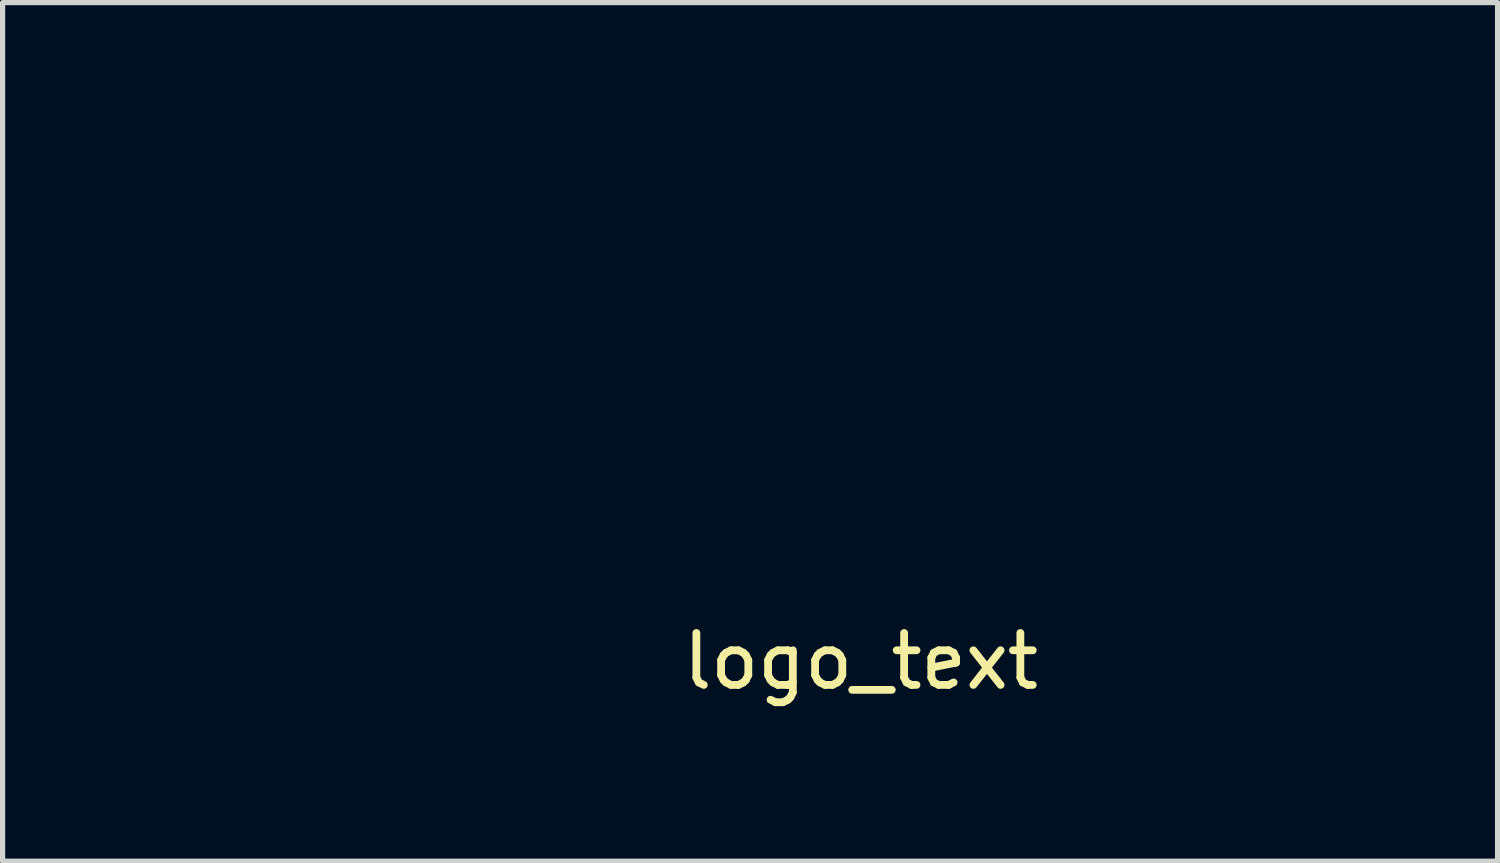
<source format=kicad_pcb>
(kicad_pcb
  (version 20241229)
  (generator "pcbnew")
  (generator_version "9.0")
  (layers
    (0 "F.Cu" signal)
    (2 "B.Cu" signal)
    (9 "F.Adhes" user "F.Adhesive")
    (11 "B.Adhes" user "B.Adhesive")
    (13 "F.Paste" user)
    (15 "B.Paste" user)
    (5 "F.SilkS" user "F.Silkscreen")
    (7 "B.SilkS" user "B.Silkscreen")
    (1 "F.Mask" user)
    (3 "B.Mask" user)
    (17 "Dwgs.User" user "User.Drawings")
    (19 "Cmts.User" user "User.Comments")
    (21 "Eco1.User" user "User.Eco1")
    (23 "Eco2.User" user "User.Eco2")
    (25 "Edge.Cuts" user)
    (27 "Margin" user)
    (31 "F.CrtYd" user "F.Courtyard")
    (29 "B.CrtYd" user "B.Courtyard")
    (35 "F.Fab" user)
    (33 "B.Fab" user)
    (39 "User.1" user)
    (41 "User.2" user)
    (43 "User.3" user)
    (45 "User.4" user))
  (footprint "logo_text"
    (layer "F.Cu")
    (at 13.524 10.182)
    (property "Reference" "logo_text" (at 0 -0.5 0) (unlocked yes) (layer "F.SilkS") (effects (font (size 1 1) (thickness 0.15))))
    (attr smd)
    (fp_poly (pts (xy 1.851 -5.953) (xy 1.927 -5.904) (xy 1.936 -5.895) (xy 1.973 -5.851) (xy 1.99 -5.809) (xy 1.993 -5.763) (xy 1.978 -5.674) (xy 1.937 -5.606) (xy 1.872 -5.562) (xy 1.785 -5.543) (xy 1.764 -5.542) (xy 1.712 -5.545) (xy 1.674 -5.558) (xy 1.635 -5.587) (xy 1.611 -5.611) (xy 1.572 -5.652) (xy 1.552 -5.684) (xy 1.547 -5.72) (xy 1.551 -5.769) (xy 1.561 -5.831) (xy 1.582 -5.873) (xy 1.612 -5.905) (xy 1.689 -5.954) (xy 1.771 -5.97)) (stroke (width 0) (type solid)) (fill yes) (layer "F.Mask"))
    (fp_poly (pts (xy 1.924 -4.478) (xy 1.924 -4.281) (xy 1.924 -4.116) (xy 1.923 -3.979) (xy 1.921 -3.868) (xy 1.918 -3.779) (xy 1.913 -3.71) (xy 1.907 -3.658) (xy 1.898 -3.62) (xy 1.886 -3.592) (xy 1.872 -3.573) (xy 1.855 -3.559) (xy 1.833 -3.546) (xy 1.821 -3.54) (xy 1.771 -3.521) (xy 1.709 -3.506) (xy 1.693 -3.503) (xy 1.615 -3.492) (xy 1.616 -4.29) (xy 1.617 -4.499) (xy 1.618 -4.676) (xy 1.62 -4.822) (xy 1.622 -4.939) (xy 1.626 -5.029) (xy 1.63 -5.093) (xy 1.634 -5.133) (xy 1.638 -5.146) (xy 1.677 -5.208) (xy 1.744 -5.252) (xy 1.839 -5.277) (xy 1.844 -5.278) (xy 1.924 -5.289)) (stroke (width 0) (type solid)) (fill yes) (layer "F.Mask"))
    (fp_poly (pts (xy -3.833 -5.182) (xy -3.836 -5.11) (xy -3.849 -5.062) (xy -3.867 -5.031) (xy -3.891 -4.996) (xy -3.901 -4.971) (xy -3.901 -4.97) (xy -3.892 -4.973) (xy -3.868 -4.998) (xy -3.842 -5.031) (xy -3.765 -5.115) (xy -3.676 -5.182) (xy -3.581 -5.232) (xy -3.484 -5.265) (xy -3.388 -5.281) (xy -3.299 -5.278) (xy -3.222 -5.257) (xy -3.159 -5.217) (xy -3.117 -5.159) (xy -3.099 -5.092) (xy -3.098 -5.028) (xy -3.11 -4.993) (xy -3.141 -4.982) (xy -3.19 -4.991) (xy -3.289 -5.008) (xy -3.398 -5.009) (xy -3.502 -4.995) (xy -3.584 -4.969) (xy -3.664 -4.919) (xy -3.736 -4.852) (xy -3.791 -4.778) (xy -3.803 -4.754) (xy -3.81 -4.721) (xy -3.816 -4.653) (xy -3.82 -4.553) (xy -3.824 -4.421) (xy -3.827 -4.258) (xy -3.828 -4.185) (xy -3.83 -4.046) (xy -3.833 -3.919) (xy -3.837 -3.809) (xy -3.841 -3.72) (xy -3.845 -3.655) (xy -3.85 -3.62) (xy -3.851 -3.616) (xy -3.89 -3.564) (xy -3.958 -3.526) (xy -4.043 -3.505) (xy -4.125 -3.493) (xy -4.125 -4.296) (xy -4.125 -4.493) (xy -4.124 -4.658) (xy -4.123 -4.794) (xy -4.121 -4.906) (xy -4.118 -4.994) (xy -4.113 -5.063) (xy -4.106 -5.116) (xy -4.097 -5.155) (xy -4.086 -5.183) (xy -4.071 -5.203) (xy -4.054 -5.219) (xy -4.033 -5.232) (xy -4.024 -5.237) (xy -3.974 -5.259) (xy -3.914 -5.276) (xy -3.904 -5.277) (xy -3.833 -5.289)) (stroke (width 0) (type solid)) (fill yes) (layer "F.Mask"))
    (fp_poly (pts (xy -2.527 -5.182) (xy -2.53 -5.11) (xy -2.543 -5.062) (xy -2.561 -5.031) (xy -2.585 -4.996) (xy -2.595 -4.971) (xy -2.595 -4.97) (xy -2.586 -4.973) (xy -2.562 -4.998) (xy -2.536 -5.031) (xy -2.458 -5.115) (xy -2.37 -5.182) (xy -2.275 -5.232) (xy -2.177 -5.265) (xy -2.082 -5.281) (xy -1.993 -5.278) (xy -1.916 -5.257) (xy -1.853 -5.217) (xy -1.811 -5.159) (xy -1.793 -5.092) (xy -1.792 -5.028) (xy -1.804 -4.993) (xy -1.835 -4.982) (xy -1.884 -4.991) (xy -1.983 -5.008) (xy -2.092 -5.009) (xy -2.196 -4.995) (xy -2.277 -4.969) (xy -2.358 -4.919) (xy -2.43 -4.852) (xy -2.485 -4.778) (xy -2.497 -4.754) (xy -2.504 -4.721) (xy -2.509 -4.653) (xy -2.514 -4.553) (xy -2.518 -4.421) (xy -2.521 -4.258) (xy -2.522 -4.185) (xy -2.524 -4.046) (xy -2.527 -3.919) (xy -2.531 -3.809) (xy -2.535 -3.72) (xy -2.539 -3.655) (xy -2.544 -3.62) (xy -2.545 -3.616) (xy -2.584 -3.564) (xy -2.652 -3.526) (xy -2.737 -3.505) (xy -2.819 -3.493) (xy -2.819 -4.296) (xy -2.819 -4.493) (xy -2.818 -4.658) (xy -2.817 -4.794) (xy -2.815 -4.906) (xy -2.812 -4.994) (xy -2.807 -5.063) (xy -2.8 -5.116) (xy -2.791 -5.155) (xy -2.78 -5.183) (xy -2.765 -5.203) (xy -2.748 -5.219) (xy -2.727 -5.232) (xy -2.718 -5.237) (xy -2.668 -5.259) (xy -2.608 -5.276) (xy -2.598 -5.277) (xy -2.527 -5.289)) (stroke (width 0) (type solid)) (fill yes) (layer "F.Mask"))
    (fp_poly (pts (xy 1.701 -3.257) (xy 1.697 -3.186) (xy 1.685 -3.137) (xy 1.667 -3.107) (xy 1.643 -3.071) (xy 1.632 -3.046) (xy 1.632 -3.046) (xy 1.642 -3.048) (xy 1.665 -3.073) (xy 1.692 -3.106) (xy 1.769 -3.19) (xy 1.858 -3.257) (xy 1.953 -3.308) (xy 2.05 -3.341) (xy 2.145 -3.356) (xy 2.234 -3.353) (xy 2.312 -3.332) (xy 2.374 -3.293) (xy 2.417 -3.234) (xy 2.434 -3.167) (xy 2.436 -3.104) (xy 2.423 -3.068) (xy 2.393 -3.057) (xy 2.344 -3.066) (xy 2.244 -3.083) (xy 2.136 -3.084) (xy 2.032 -3.07) (xy 1.95 -3.044) (xy 1.87 -2.995) (xy 1.797 -2.927) (xy 1.743 -2.854) (xy 1.731 -2.829) (xy 1.724 -2.796) (xy 1.718 -2.729) (xy 1.713 -2.629) (xy 1.709 -2.496) (xy 1.706 -2.333) (xy 1.705 -2.26) (xy 1.703 -2.121) (xy 1.701 -1.994) (xy 1.697 -1.884) (xy 1.693 -1.795) (xy 1.688 -1.73) (xy 1.684 -1.695) (xy 1.683 -1.692) (xy 1.644 -1.64) (xy 1.576 -1.602) (xy 1.491 -1.581) (xy 1.409 -1.568) (xy 1.409 -2.371) (xy 1.409 -2.568) (xy 1.409 -2.733) (xy 1.41 -2.87) (xy 1.412 -2.981) (xy 1.416 -3.069) (xy 1.421 -3.139) (xy 1.427 -3.191) (xy 1.436 -3.23) (xy 1.448 -3.258) (xy 1.462 -3.278) (xy 1.48 -3.294) (xy 1.501 -3.307) (xy 1.51 -3.313) (xy 1.559 -3.334) (xy 1.619 -3.351) (xy 1.63 -3.353) (xy 1.701 -3.364)) (stroke (width 0) (type solid)) (fill yes) (layer "F.Mask"))
    (fp_poly (pts (xy 8.524 -3.292) (xy 8.52 -3.22) (xy 8.508 -3.171) (xy 8.489 -3.141) (xy 8.465 -3.106) (xy 8.455 -3.08) (xy 8.455 -3.08) (xy 8.464 -3.083) (xy 8.488 -3.108) (xy 8.514 -3.141) (xy 8.592 -3.224) (xy 8.68 -3.292) (xy 8.775 -3.342) (xy 8.873 -3.375) (xy 8.968 -3.39) (xy 9.057 -3.388) (xy 9.135 -3.367) (xy 9.197 -3.327) (xy 9.239 -3.268) (xy 9.257 -3.202) (xy 9.259 -3.138) (xy 9.246 -3.103) (xy 9.215 -3.092) (xy 9.166 -3.1) (xy 9.067 -3.117) (xy 8.958 -3.119) (xy 8.855 -3.105) (xy 8.773 -3.079) (xy 8.693 -3.029) (xy 8.62 -2.962) (xy 8.565 -2.888) (xy 8.553 -2.864) (xy 8.547 -2.83) (xy 8.541 -2.763) (xy 8.536 -2.663) (xy 8.532 -2.531) (xy 8.529 -2.367) (xy 8.528 -2.294) (xy 8.526 -2.155) (xy 8.523 -2.029) (xy 8.52 -1.919) (xy 8.515 -1.829) (xy 8.511 -1.765) (xy 8.506 -1.729) (xy 8.505 -1.726) (xy 8.467 -1.674) (xy 8.398 -1.636) (xy 8.313 -1.615) (xy 8.232 -1.603) (xy 8.232 -2.406) (xy 8.232 -2.602) (xy 8.232 -2.767) (xy 8.233 -2.904) (xy 8.235 -3.015) (xy 8.238 -3.104) (xy 8.243 -3.173) (xy 8.25 -3.225) (xy 8.259 -3.264) (xy 8.271 -3.292) (xy 8.285 -3.313) (xy 8.303 -3.328) (xy 8.324 -3.342) (xy 8.332 -3.347) (xy 8.382 -3.369) (xy 8.442 -3.385) (xy 8.452 -3.387) (xy 8.524 -3.398)) (stroke (width 0) (type solid)) (fill yes) (layer "F.Mask"))
    (fp_poly (pts (xy 7.329 -3.361) (xy 7.463 -3.313) (xy 7.587 -3.239) (xy 7.686 -3.147) (xy 7.759 -3.035) (xy 7.807 -2.9) (xy 7.832 -2.742) (xy 7.836 -2.637) (xy 7.835 -2.565) (xy 7.829 -2.518) (xy 7.817 -2.485) (xy 7.796 -2.456) (xy 7.795 -2.454) (xy 7.753 -2.406) (xy 6.685 -2.396) (xy 6.685 -2.298) (xy 6.697 -2.167) (xy 6.732 -2.06) (xy 6.792 -1.976) (xy 6.878 -1.912) (xy 6.879 -1.912) (xy 6.919 -1.893) (xy 6.962 -1.882) (xy 7.016 -1.875) (xy 7.092 -1.873) (xy 7.123 -1.873) (xy 7.206 -1.874) (xy 7.264 -1.878) (xy 7.308 -1.887) (xy 7.346 -1.903) (xy 7.372 -1.916) (xy 7.454 -1.98) (xy 7.512 -2.061) (xy 7.538 -2.142) (xy 7.549 -2.186) (xy 7.567 -2.205) (xy 7.588 -2.208) (xy 7.666 -2.193) (xy 7.736 -2.152) (xy 7.75 -2.14) (xy 7.779 -2.089) (xy 7.787 -2.021) (xy 7.774 -1.947) (xy 7.74 -1.877) (xy 7.736 -1.871) (xy 7.655 -1.787) (xy 7.549 -1.717) (xy 7.423 -1.663) (xy 7.285 -1.627) (xy 7.14 -1.611) (xy 6.996 -1.617) (xy 6.915 -1.631) (xy 6.771 -1.68) (xy 6.643 -1.754) (xy 6.537 -1.851) (xy 6.457 -1.967) (xy 6.449 -1.983) (xy 6.401 -2.079) (xy 6.401 -2.638) (xy 6.68 -2.638) (xy 7.544 -2.638) (xy 7.544 -2.742) (xy 7.53 -2.862) (xy 7.488 -2.963) (xy 7.42 -3.043) (xy 7.329 -3.099) (xy 7.216 -3.13) (xy 7.132 -3.136) (xy 6.996 -3.124) (xy 6.885 -3.088) (xy 6.799 -3.028) (xy 6.737 -2.943) (xy 6.699 -2.835) (xy 6.689 -2.756) (xy 6.68 -2.638) (xy 6.401 -2.638) (xy 6.401 -2.904) (xy 6.449 -3.001) (xy 6.526 -3.122) (xy 6.628 -3.222) (xy 6.749 -3.3) (xy 6.884 -3.355) (xy 7.028 -3.384) (xy 7.178 -3.387)) (stroke (width 0) (type solid)) (fill yes) (layer "F.Mask"))
    (fp_poly (pts (xy -5.027 -5.252) (xy -4.894 -5.203) (xy -4.769 -5.13) (xy -4.67 -5.037) (xy -4.597 -4.925) (xy -4.549 -4.791) (xy -4.524 -4.633) (xy -4.52 -4.527) (xy -4.521 -4.456) (xy -4.527 -4.409) (xy -4.539 -4.375) (xy -4.56 -4.346) (xy -4.561 -4.344) (xy -4.603 -4.296) (xy -5.137 -4.291) (xy -5.671 -4.286) (xy -5.671 -4.188) (xy -5.66 -4.057) (xy -5.624 -3.95) (xy -5.564 -3.866) (xy -5.479 -3.803) (xy -5.477 -3.802) (xy -5.437 -3.783) (xy -5.395 -3.772) (xy -5.34 -3.766) (xy -5.264 -3.764) (xy -5.233 -3.764) (xy -5.15 -3.765) (xy -5.092 -3.769) (xy -5.048 -3.778) (xy -5.01 -3.793) (xy -4.985 -3.806) (xy -4.902 -3.87) (xy -4.845 -3.951) (xy -4.818 -4.033) (xy -4.808 -4.077) (xy -4.79 -4.096) (xy -4.768 -4.099) (xy -4.69 -4.083) (xy -4.62 -4.043) (xy -4.607 -4.031) (xy -4.577 -3.979) (xy -4.57 -3.911) (xy -4.583 -3.837) (xy -4.616 -3.768) (xy -4.62 -3.762) (xy -4.701 -3.678) (xy -4.807 -3.607) (xy -4.933 -3.554) (xy -5.071 -3.518) (xy -5.216 -3.502) (xy -5.36 -3.508) (xy -5.441 -3.522) (xy -5.586 -3.57) (xy -5.713 -3.645) (xy -5.819 -3.741) (xy -5.899 -3.857) (xy -5.908 -3.873) (xy -5.955 -3.97) (xy -5.955 -4.528) (xy -5.676 -4.528) (xy -4.812 -4.528) (xy -4.812 -4.632) (xy -4.827 -4.752) (xy -4.869 -4.853) (xy -4.936 -4.933) (xy -5.027 -4.989) (xy -5.14 -5.02) (xy -5.225 -5.026) (xy -5.36 -5.015) (xy -5.471 -4.978) (xy -5.557 -4.918) (xy -5.619 -4.834) (xy -5.657 -4.725) (xy -5.668 -4.646) (xy -5.676 -4.528) (xy -5.955 -4.528) (xy -5.955 -4.795) (xy -5.908 -4.891) (xy -5.83 -5.012) (xy -5.728 -5.113) (xy -5.608 -5.191) (xy -5.473 -5.245) (xy -5.328 -5.274) (xy -5.178 -5.277)) (stroke (width 0) (type solid)) (fill yes) (layer "F.Mask"))
    (fp_poly (pts (xy -1.581 -3.252) (xy -1.584 -3.181) (xy -1.596 -3.132) (xy -1.616 -3.097) (xy -1.643 -3.06) (xy -1.648 -3.047) (xy -1.631 -3.058) (xy -1.592 -3.094) (xy -1.56 -3.125) (xy -1.442 -3.222) (xy -1.308 -3.294) (xy -1.164 -3.34) (xy -1.019 -3.357) (xy -0.954 -3.354) (xy -0.832 -3.335) (xy -0.733 -3.3) (xy -0.646 -3.245) (xy -0.583 -3.189) (xy -0.544 -3.149) (xy -0.511 -3.112) (xy -0.485 -3.075) (xy -0.465 -3.034) (xy -0.449 -2.985) (xy -0.438 -2.925) (xy -0.43 -2.848) (xy -0.424 -2.753) (xy -0.421 -2.634) (xy -0.418 -2.488) (xy -0.417 -2.334) (xy -0.415 -2.173) (xy -0.415 -2.043) (xy -0.415 -1.94) (xy -0.416 -1.86) (xy -0.418 -1.8) (xy -0.422 -1.757) (xy -0.427 -1.726) (xy -0.433 -1.704) (xy -0.438 -1.694) (xy -0.487 -1.635) (xy -0.566 -1.596) (xy -0.644 -1.578) (xy -0.722 -1.568) (xy -0.722 -2.202) (xy -0.723 -2.368) (xy -0.723 -2.503) (xy -0.724 -2.611) (xy -0.726 -2.696) (xy -0.728 -2.761) (xy -0.732 -2.81) (xy -0.737 -2.846) (xy -0.743 -2.873) (xy -0.75 -2.894) (xy -0.754 -2.904) (xy -0.807 -2.986) (xy -0.879 -3.042) (xy -0.972 -3.075) (xy -1.088 -3.085) (xy -1.213 -3.074) (xy -1.319 -3.039) (xy -1.414 -2.976) (xy -1.454 -2.94) (xy -1.487 -2.906) (xy -1.515 -2.872) (xy -1.536 -2.835) (xy -1.552 -2.791) (xy -1.564 -2.736) (xy -1.572 -2.666) (xy -1.577 -2.576) (xy -1.58 -2.463) (xy -1.581 -2.323) (xy -1.581 -2.2) (xy -1.582 -2.04) (xy -1.584 -1.908) (xy -1.588 -1.805) (xy -1.592 -1.732) (xy -1.598 -1.692) (xy -1.6 -1.688) (xy -1.642 -1.637) (xy -1.713 -1.599) (xy -1.792 -1.581) (xy -1.873 -1.568) (xy -1.873 -2.371) (xy -1.873 -2.568) (xy -1.873 -2.733) (xy -1.872 -2.87) (xy -1.87 -2.981) (xy -1.867 -3.069) (xy -1.862 -3.139) (xy -1.855 -3.191) (xy -1.846 -3.23) (xy -1.834 -3.258) (xy -1.82 -3.278) (xy -1.802 -3.294) (xy -1.781 -3.307) (xy -1.773 -3.313) (xy -1.723 -3.334) (xy -1.663 -3.351) (xy -1.653 -3.353) (xy -1.581 -3.364)) (stroke (width 0) (type solid)) (fill yes) (layer "F.Mask"))
    (fp_poly (pts (xy -2.805 -3.334) (xy -2.651 -3.282) (xy -2.518 -3.207) (xy -2.408 -3.108) (xy -2.328 -2.995) (xy -2.277 -2.904) (xy -2.272 -2.5) (xy -2.271 -2.336) (xy -2.272 -2.206) (xy -2.276 -2.108) (xy -2.282 -2.045) (xy -2.286 -2.028) (xy -2.335 -1.915) (xy -2.413 -1.812) (xy -2.516 -1.722) (xy -2.637 -1.651) (xy -2.707 -1.623) (xy -2.788 -1.602) (xy -2.889 -1.587) (xy -2.997 -1.579) (xy -3.098 -1.579) (xy -3.18 -1.587) (xy -3.188 -1.589) (xy -3.342 -1.636) (xy -3.475 -1.705) (xy -3.585 -1.794) (xy -3.669 -1.9) (xy -3.721 -2.012) (xy -3.73 -2.047) (xy -3.737 -2.087) (xy -3.742 -2.137) (xy -3.744 -2.204) (xy -3.745 -2.291) (xy -3.745 -2.404) (xy -3.744 -2.456) (xy -3.454 -2.456) (xy -3.454 -2.338) (xy -3.453 -2.249) (xy -3.451 -2.183) (xy -3.447 -2.135) (xy -3.441 -2.1) (xy -3.432 -2.071) (xy -3.42 -2.045) (xy -3.415 -2.035) (xy -3.355 -1.958) (xy -3.272 -1.898) (xy -3.171 -1.858) (xy -3.059 -1.838) (xy -2.941 -1.84) (xy -2.824 -1.864) (xy -2.753 -1.893) (xy -2.664 -1.952) (xy -2.616 -2.007) (xy -2.6 -2.031) (xy -2.588 -2.055) (xy -2.58 -2.082) (xy -2.574 -2.119) (xy -2.57 -2.17) (xy -2.567 -2.242) (xy -2.565 -2.338) (xy -2.564 -2.422) (xy -2.562 -2.558) (xy -2.563 -2.665) (xy -2.568 -2.748) (xy -2.576 -2.811) (xy -2.59 -2.861) (xy -2.61 -2.902) (xy -2.636 -2.94) (xy -2.658 -2.964) (xy -2.731 -3.028) (xy -2.82 -3.069) (xy -2.93 -3.089) (xy -3.016 -3.092) (xy -3.123 -3.085) (xy -3.207 -3.065) (xy -3.279 -3.029) (xy -3.332 -2.989) (xy -3.37 -2.954) (xy -3.4 -2.918) (xy -3.421 -2.876) (xy -3.436 -2.823) (xy -3.446 -2.754) (xy -3.451 -2.663) (xy -3.454 -2.547) (xy -3.454 -2.456) (xy -3.744 -2.456) (xy -3.744 -2.494) (xy -3.742 -2.62) (xy -3.74 -2.717) (xy -3.737 -2.79) (xy -3.733 -2.844) (xy -3.727 -2.885) (xy -3.719 -2.917) (xy -3.708 -2.946) (xy -3.694 -2.977) (xy -3.69 -2.984) (xy -3.616 -3.097) (xy -3.517 -3.192) (xy -3.396 -3.268) (xy -3.26 -3.321) (xy -3.112 -3.351) (xy -2.958 -3.356)) (stroke (width 0) (type solid)) (fill yes) (layer "F.Mask"))
    (fp_poly (pts (xy 3.433 -3.334) (xy 3.587 -3.282) (xy 3.72 -3.207) (xy 3.83 -3.108) (xy 3.911 -2.995) (xy 3.961 -2.904) (xy 3.967 -2.5) (xy 3.968 -2.336) (xy 3.966 -2.206) (xy 3.963 -2.108) (xy 3.956 -2.045) (xy 3.952 -2.028) (xy 3.903 -1.915) (xy 3.825 -1.812) (xy 3.723 -1.722) (xy 3.601 -1.651) (xy 3.531 -1.623) (xy 3.45 -1.602) (xy 3.349 -1.587) (xy 3.242 -1.579) (xy 3.141 -1.579) (xy 3.058 -1.587) (xy 3.05 -1.589) (xy 2.897 -1.636) (xy 2.763 -1.705) (xy 2.654 -1.794) (xy 2.57 -1.9) (xy 2.518 -2.012) (xy 2.508 -2.047) (xy 2.501 -2.087) (xy 2.497 -2.137) (xy 2.494 -2.204) (xy 2.493 -2.291) (xy 2.494 -2.404) (xy 2.494 -2.456) (xy 2.784 -2.456) (xy 2.784 -2.338) (xy 2.785 -2.249) (xy 2.787 -2.183) (xy 2.791 -2.135) (xy 2.797 -2.1) (xy 2.806 -2.071) (xy 2.819 -2.045) (xy 2.824 -2.035) (xy 2.883 -1.958) (xy 2.966 -1.898) (xy 3.067 -1.858) (xy 3.18 -1.838) (xy 3.298 -1.84) (xy 3.414 -1.864) (xy 3.485 -1.893) (xy 3.575 -1.952) (xy 3.622 -2.007) (xy 3.638 -2.031) (xy 3.65 -2.055) (xy 3.658 -2.082) (xy 3.664 -2.119) (xy 3.668 -2.17) (xy 3.671 -2.242) (xy 3.673 -2.338) (xy 3.674 -2.422) (xy 3.676 -2.558) (xy 3.675 -2.665) (xy 3.671 -2.748) (xy 3.662 -2.811) (xy 3.648 -2.861) (xy 3.629 -2.902) (xy 3.602 -2.94) (xy 3.581 -2.964) (xy 3.507 -3.028) (xy 3.418 -3.069) (xy 3.309 -3.089) (xy 3.222 -3.092) (xy 3.116 -3.085) (xy 3.032 -3.065) (xy 2.959 -3.029) (xy 2.906 -2.989) (xy 2.868 -2.954) (xy 2.839 -2.918) (xy 2.817 -2.876) (xy 2.802 -2.823) (xy 2.792 -2.754) (xy 2.787 -2.663) (xy 2.785 -2.547) (xy 2.784 -2.456) (xy 2.494 -2.456) (xy 2.495 -2.494) (xy 2.497 -2.62) (xy 2.499 -2.717) (xy 2.501 -2.79) (xy 2.505 -2.844) (xy 2.511 -2.885) (xy 2.519 -2.917) (xy 2.53 -2.946) (xy 2.544 -2.977) (xy 2.548 -2.984) (xy 2.622 -3.097) (xy 2.721 -3.192) (xy 2.842 -3.268) (xy 2.978 -3.321) (xy 3.126 -3.351) (xy 3.28 -3.356)) (stroke (width 0) (type solid)) (fill yes) (layer "F.Mask"))
    (fp_poly (pts (xy 3.901 -4.492) (xy 3.901 -4.304) (xy 3.9 -4.147) (xy 3.9 -4.019) (xy 3.898 -3.915) (xy 3.897 -3.834) (xy 3.894 -3.771) (xy 3.891 -3.724) (xy 3.887 -3.69) (xy 3.882 -3.664) (xy 3.875 -3.646) (xy 3.871 -3.636) (xy 3.818 -3.565) (xy 3.746 -3.52) (xy 3.682 -3.504) (xy 3.609 -3.493) (xy 3.609 -3.614) (xy 3.611 -3.676) (xy 3.617 -3.723) (xy 3.625 -3.746) (xy 3.626 -3.746) (xy 3.647 -3.769) (xy 3.662 -3.793) (xy 3.661 -3.799) (xy 3.64 -3.784) (xy 3.604 -3.75) (xy 3.589 -3.735) (xy 3.463 -3.627) (xy 3.326 -3.552) (xy 3.181 -3.509) (xy 3.027 -3.5) (xy 2.91 -3.515) (xy 2.786 -3.556) (xy 2.673 -3.626) (xy 2.577 -3.718) (xy 2.506 -3.827) (xy 2.475 -3.904) (xy 2.465 -3.938) (xy 2.457 -3.973) (xy 2.451 -4.012) (xy 2.447 -4.061) (xy 2.444 -4.123) (xy 2.442 -4.204) (xy 2.441 -4.306) (xy 2.44 -4.435) (xy 2.44 -4.569) (xy 2.441 -4.737) (xy 2.442 -4.874) (xy 2.444 -4.982) (xy 2.448 -5.062) (xy 2.452 -5.118) (xy 2.458 -5.153) (xy 2.462 -5.163) (xy 2.505 -5.214) (xy 2.575 -5.253) (xy 2.662 -5.277) (xy 2.669 -5.278) (xy 2.749 -5.289) (xy 2.749 -4.656) (xy 2.749 -4.492) (xy 2.75 -4.358) (xy 2.751 -4.251) (xy 2.752 -4.167) (xy 2.754 -4.104) (xy 2.758 -4.056) (xy 2.762 -4.02) (xy 2.768 -3.993) (xy 2.776 -3.971) (xy 2.785 -3.95) (xy 2.786 -3.948) (xy 2.835 -3.877) (xy 2.892 -3.827) (xy 2.928 -3.805) (xy 2.962 -3.791) (xy 3.005 -3.784) (xy 3.065 -3.781) (xy 3.126 -3.781) (xy 3.234 -3.785) (xy 3.318 -3.801) (xy 3.388 -3.831) (xy 3.453 -3.88) (xy 3.487 -3.913) (xy 3.516 -3.942) (xy 3.538 -3.97) (xy 3.556 -4.001) (xy 3.569 -4.039) (xy 3.579 -4.088) (xy 3.585 -4.152) (xy 3.589 -4.235) (xy 3.591 -4.341) (xy 3.592 -4.475) (xy 3.592 -4.584) (xy 3.593 -4.759) (xy 3.596 -4.901) (xy 3.6 -5.01) (xy 3.605 -5.089) (xy 3.611 -5.136) (xy 3.614 -5.146) (xy 3.653 -5.208) (xy 3.721 -5.252) (xy 3.815 -5.277) (xy 3.821 -5.278) (xy 3.901 -5.289)) (stroke (width 0) (type solid)) (fill yes) (layer "F.Mask"))
    (fp_poly (pts (xy -4.462 -3.339) (xy -4.315 -3.305) (xy -4.191 -3.249) (xy -4.093 -3.173) (xy -4.021 -3.076) (xy -4.013 -3.06) (xy -3.98 -2.967) (xy -3.976 -2.884) (xy -3.998 -2.815) (xy -4.046 -2.763) (xy -4.117 -2.733) (xy -4.137 -2.729) (xy -4.206 -2.72) (xy -4.225 -2.796) (xy -4.264 -2.898) (xy -4.328 -2.977) (xy -4.417 -3.038) (xy -4.467 -3.063) (xy -4.509 -3.077) (xy -4.556 -3.083) (xy -4.619 -3.083) (xy -4.659 -3.082) (xy -4.736 -3.077) (xy -4.792 -3.069) (xy -4.836 -3.054) (xy -4.882 -3.029) (xy -4.891 -3.024) (xy -4.972 -2.957) (xy -5.018 -2.895) (xy -5.034 -2.864) (xy -5.045 -2.833) (xy -5.054 -2.796) (xy -5.059 -2.747) (xy -5.063 -2.678) (xy -5.066 -2.585) (xy -5.067 -2.535) (xy -5.069 -2.38) (xy -5.065 -2.256) (xy -5.054 -2.156) (xy -5.036 -2.078) (xy -5.008 -2.017) (xy -4.97 -1.967) (xy -4.92 -1.926) (xy -4.886 -1.905) (xy -4.832 -1.878) (xy -4.773 -1.861) (xy -4.697 -1.852) (xy -4.672 -1.851) (xy -4.548 -1.853) (xy -4.445 -1.877) (xy -4.357 -1.925) (xy -4.328 -1.947) (xy -4.281 -1.999) (xy -4.242 -2.065) (xy -4.217 -2.132) (xy -4.211 -2.17) (xy -4.204 -2.197) (xy -4.178 -2.207) (xy -4.158 -2.208) (xy -4.095 -2.197) (xy -4.035 -2.17) (xy -3.993 -2.131) (xy -3.988 -2.123) (xy -3.975 -2.078) (xy -3.971 -2.014) (xy -3.974 -1.948) (xy -3.986 -1.893) (xy -3.987 -1.892) (xy -4.023 -1.83) (xy -4.081 -1.765) (xy -4.153 -1.705) (xy -4.23 -1.658) (xy -4.241 -1.653) (xy -4.381 -1.606) (xy -4.537 -1.58) (xy -4.699 -1.576) (xy -4.838 -1.593) (xy -4.974 -1.634) (xy -5.098 -1.701) (xy -5.205 -1.789) (xy -5.288 -1.894) (xy -5.316 -1.947) (xy -5.329 -1.976) (xy -5.338 -2.006) (xy -5.345 -2.043) (xy -5.35 -2.091) (xy -5.353 -2.156) (xy -5.356 -2.243) (xy -5.358 -2.357) (xy -5.359 -2.419) (xy -5.36 -2.555) (xy -5.36 -2.661) (xy -5.358 -2.743) (xy -5.355 -2.806) (xy -5.348 -2.854) (xy -5.34 -2.894) (xy -5.338 -2.902) (xy -5.283 -3.034) (xy -5.202 -3.144) (xy -5.097 -3.232) (xy -4.968 -3.296) (xy -4.818 -3.336) (xy -4.647 -3.351) (xy -4.632 -3.351)) (stroke (width 0) (type solid)) (fill yes) (layer "F.Mask"))
    (fp_poly (pts (xy 0.532 -5.182) (xy 0.529 -5.11) (xy 0.516 -5.062) (xy 0.498 -5.031) (xy 0.474 -4.996) (xy 0.464 -4.971) (xy 0.464 -4.97) (xy 0.473 -4.973) (xy 0.497 -4.998) (xy 0.523 -5.031) (xy 0.601 -5.115) (xy 0.689 -5.182) (xy 0.784 -5.232) (xy 0.882 -5.265) (xy 0.977 -5.281) (xy 1.066 -5.278) (xy 1.143 -5.257) (xy 1.206 -5.217) (xy 1.248 -5.159) (xy 1.266 -5.092) (xy 1.267 -5.028) (xy 1.255 -4.993) (xy 1.224 -4.982) (xy 1.175 -4.991) (xy 1.076 -5.008) (xy 0.967 -5.009) (xy 0.863 -4.995) (xy 0.782 -4.969) (xy 0.701 -4.919) (xy 0.628 -4.851) (xy 0.573 -4.777) (xy 0.562 -4.754) (xy 0.556 -4.727) (xy 0.551 -4.672) (xy 0.547 -4.588) (xy 0.544 -4.474) (xy 0.541 -4.33) (xy 0.539 -4.153) (xy 0.538 -4.017) (xy 0.534 -3.325) (xy 1 -3.325) (xy 0.989 -3.278) (xy 0.966 -3.201) (xy 0.936 -3.147) (xy 0.892 -3.113) (xy 0.829 -3.093) (xy 0.74 -3.085) (xy 0.689 -3.085) (xy 0.532 -3.085) (xy 0.533 -2.565) (xy 0.533 -2.419) (xy 0.535 -2.287) (xy 0.538 -2.173) (xy 0.541 -2.082) (xy 0.545 -2.016) (xy 0.55 -1.981) (xy 0.581 -1.914) (xy 0.632 -1.871) (xy 0.706 -1.85) (xy 0.758 -1.847) (xy 0.828 -1.853) (xy 0.898 -1.866) (xy 0.929 -1.876) (xy 0.98 -1.891) (xy 1.01 -1.885) (xy 1.026 -1.854) (xy 1.031 -1.793) (xy 1.031 -1.786) (xy 1.019 -1.719) (xy 0.981 -1.664) (xy 0.914 -1.617) (xy 0.906 -1.613) (xy 0.852 -1.595) (xy 0.778 -1.583) (xy 0.696 -1.578) (xy 0.62 -1.58) (xy 0.575 -1.587) (xy 0.476 -1.623) (xy 0.397 -1.674) (xy 0.331 -1.748) (xy 0.281 -1.83) (xy 0.272 -1.849) (xy 0.265 -1.872) (xy 0.259 -1.903) (xy 0.255 -1.946) (xy 0.251 -2.005) (xy 0.248 -2.082) (xy 0.245 -2.183) (xy 0.243 -2.31) (xy 0.241 -2.467) (xy 0.24 -2.483) (xy 0.232 -3.076) (xy 0.073 -3.081) (xy -0.008 -3.085) (xy -0.059 -3.093) (xy -0.084 -3.11) (xy -0.088 -3.139) (xy -0.073 -3.184) (xy -0.062 -3.212) (xy -0.027 -3.271) (xy 0.024 -3.307) (xy 0.096 -3.323) (xy 0.141 -3.325) (xy 0.24 -3.325) (xy 0.24 -4.212) (xy 0.24 -4.418) (xy 0.241 -4.593) (xy 0.241 -4.739) (xy 0.243 -4.859) (xy 0.246 -4.956) (xy 0.25 -5.033) (xy 0.256 -5.092) (xy 0.263 -5.137) (xy 0.273 -5.169) (xy 0.285 -5.193) (xy 0.3 -5.21) (xy 0.318 -5.224) (xy 0.34 -5.237) (xy 0.341 -5.237) (xy 0.391 -5.259) (xy 0.451 -5.276) (xy 0.461 -5.277) (xy 0.532 -5.289)) (stroke (width 0) (type solid)) (fill yes) (layer "F.Mask"))
    (fp_poly (pts (xy -0.751 -5.268) (xy -0.653 -5.251) (xy -0.634 -5.245) (xy -0.509 -5.192) (xy -0.399 -5.113) (xy -0.311 -5.016) (xy -0.249 -4.904) (xy -0.238 -4.875) (xy -0.231 -4.836) (xy -0.225 -4.769) (xy -0.22 -4.678) (xy -0.216 -4.569) (xy -0.213 -4.447) (xy -0.21 -4.318) (xy -0.209 -4.186) (xy -0.209 -4.057) (xy -0.21 -3.936) (xy -0.213 -3.829) (xy -0.216 -3.741) (xy -0.221 -3.677) (xy -0.227 -3.644) (xy -0.264 -3.579) (xy -0.327 -3.533) (xy -0.417 -3.506) (xy -0.426 -3.504) (xy -0.499 -3.493) (xy -0.499 -3.58) (xy -0.496 -3.632) (xy -0.488 -3.668) (xy -0.482 -3.678) (xy -0.461 -3.7) (xy -0.445 -3.725) (xy -0.444 -3.736) (xy -0.466 -3.724) (xy -0.508 -3.689) (xy -0.509 -3.688) (xy -0.637 -3.596) (xy -0.78 -3.534) (xy -0.935 -3.503) (xy -1.097 -3.504) (xy -1.203 -3.521) (xy -1.344 -3.567) (xy -1.461 -3.637) (xy -1.554 -3.729) (xy -1.619 -3.84) (xy -1.656 -3.97) (xy -1.663 -4.028) (xy -1.661 -4.101) (xy -1.37 -4.101) (xy -1.365 -4.005) (xy -1.333 -3.914) (xy -1.292 -3.856) (xy -1.224 -3.803) (xy -1.131 -3.765) (xy -1.021 -3.744) (xy -0.902 -3.741) (xy -0.793 -3.756) (xy -0.71 -3.784) (xy -0.633 -3.829) (xy -0.571 -3.884) (xy -0.544 -3.923) (xy -0.51 -4.022) (xy -0.508 -4.121) (xy -0.537 -4.214) (xy -0.594 -4.296) (xy -0.678 -4.36) (xy -0.689 -4.366) (xy -0.771 -4.394) (xy -0.872 -4.409) (xy -0.98 -4.41) (xy -1.086 -4.397) (xy -1.177 -4.371) (xy -1.225 -4.347) (xy -1.298 -4.279) (xy -1.347 -4.195) (xy -1.37 -4.101) (xy -1.661 -4.101) (xy -1.658 -4.17) (xy -1.623 -4.299) (xy -1.558 -4.411) (xy -1.464 -4.506) (xy -1.422 -4.536) (xy -1.326 -4.589) (xy -1.227 -4.624) (xy -1.115 -4.643) (xy -0.982 -4.646) (xy -0.948 -4.645) (xy -0.82 -4.635) (xy -0.715 -4.611) (xy -0.622 -4.57) (xy -0.531 -4.509) (xy -0.498 -4.482) (xy -0.46 -4.452) (xy -0.447 -4.445) (xy -0.459 -4.46) (xy -0.464 -4.466) (xy -0.486 -4.494) (xy -0.5 -4.528) (xy -0.509 -4.575) (xy -0.515 -4.645) (xy -0.517 -4.666) (xy -0.522 -4.743) (xy -0.53 -4.795) (xy -0.544 -4.833) (xy -0.565 -4.867) (xy -0.578 -4.884) (xy -0.64 -4.947) (xy -0.713 -4.989) (xy -0.804 -5.014) (xy -0.906 -5.024) (xy -1.03 -5.023) (xy -1.13 -5.006) (xy -1.217 -4.97) (xy -1.299 -4.911) (xy -1.355 -4.858) (xy -1.464 -4.748) (xy -1.513 -4.795) (xy -1.558 -4.851) (xy -1.573 -4.908) (xy -1.559 -4.976) (xy -1.549 -5.001) (xy -1.503 -5.068) (xy -1.43 -5.132) (xy -1.336 -5.189) (xy -1.227 -5.234) (xy -1.2 -5.242) (xy -1.104 -5.262) (xy -0.988 -5.273) (xy -0.867 -5.275)) (stroke (width 0) (type solid)) (fill yes) (layer "F.Mask"))
    (fp_poly (pts (xy 4.674 -5.179) (xy 4.67 -5.106) (xy 4.658 -5.057) (xy 4.64 -5.027) (xy 4.616 -4.992) (xy 4.606 -4.969) (xy 4.606 -4.968) (xy 4.615 -4.972) (xy 4.639 -4.997) (xy 4.663 -5.026) (xy 4.735 -5.104) (xy 4.818 -5.175) (xy 4.902 -5.231) (xy 4.932 -5.246) (xy 5.002 -5.265) (xy 5.089 -5.274) (xy 5.183 -5.273) (xy 5.269 -5.26) (xy 5.335 -5.238) (xy 5.336 -5.238) (xy 5.434 -5.167) (xy 5.517 -5.068) (xy 5.528 -5.049) (xy 5.561 -4.994) (xy 5.633 -5.078) (xy 5.729 -5.164) (xy 5.821 -5.219) (xy 5.884 -5.248) (xy 5.935 -5.265) (xy 5.989 -5.273) (xy 6.059 -5.276) (xy 6.083 -5.276) (xy 6.16 -5.274) (xy 6.215 -5.268) (xy 6.26 -5.255) (xy 6.309 -5.231) (xy 6.323 -5.224) (xy 6.414 -5.158) (xy 6.486 -5.071) (xy 6.543 -4.957) (xy 6.547 -4.947) (xy 6.556 -4.92) (xy 6.564 -4.892) (xy 6.57 -4.859) (xy 6.574 -4.817) (xy 6.577 -4.763) (xy 6.579 -4.691) (xy 6.581 -4.599) (xy 6.581 -4.482) (xy 6.582 -4.337) (xy 6.582 -4.253) (xy 6.581 -4.065) (xy 6.579 -3.908) (xy 6.577 -3.784) (xy 6.573 -3.692) (xy 6.568 -3.634) (xy 6.563 -3.613) (xy 6.522 -3.562) (xy 6.455 -3.525) (xy 6.369 -3.503) (xy 6.291 -3.493) (xy 6.286 -4.161) (xy 6.285 -4.331) (xy 6.283 -4.47) (xy 6.282 -4.581) (xy 6.28 -4.668) (xy 6.277 -4.735) (xy 6.274 -4.785) (xy 6.269 -4.822) (xy 6.264 -4.848) (xy 6.257 -4.868) (xy 6.248 -4.885) (xy 6.247 -4.887) (xy 6.195 -4.956) (xy 6.135 -4.998) (xy 6.057 -5.016) (xy 6.009 -5.018) (xy 5.895 -5.002) (xy 5.797 -4.957) (xy 5.715 -4.881) (xy 5.697 -4.858) (xy 5.645 -4.783) (xy 5.645 -3.414) (xy 5.645 -3.157) (xy 5.645 -2.932) (xy 5.646 -2.736) (xy 5.646 -2.569) (xy 5.647 -2.427) (xy 5.649 -2.308) (xy 5.652 -2.21) (xy 5.656 -2.131) (xy 5.66 -2.069) (xy 5.666 -2.021) (xy 5.674 -1.985) (xy 5.682 -1.959) (xy 5.693 -1.941) (xy 5.705 -1.928) (xy 5.719 -1.918) (xy 5.736 -1.91) (xy 5.741 -1.907) (xy 5.8 -1.889) (xy 5.876 -1.883) (xy 5.958 -1.887) (xy 6.029 -1.902) (xy 6.043 -1.908) (xy 6.097 -1.922) (xy 6.132 -1.911) (xy 6.149 -1.87) (xy 6.152 -1.823) (xy 6.137 -1.75) (xy 6.093 -1.691) (xy 6.025 -1.646) (xy 5.937 -1.618) (xy 5.833 -1.609) (xy 5.718 -1.62) (xy 5.7 -1.623) (xy 5.587 -1.663) (xy 5.491 -1.733) (xy 5.415 -1.83) (xy 5.405 -1.848) (xy 5.353 -1.942) (xy 5.344 -3.377) (xy 5.336 -4.812) (xy 5.297 -4.885) (xy 5.245 -4.954) (xy 5.176 -4.997) (xy 5.085 -5.015) (xy 5.052 -5.016) (xy 4.94 -5.001) (xy 4.844 -4.954) (xy 4.763 -4.878) (xy 4.715 -4.803) (xy 4.709 -4.791) (xy 4.704 -4.776) (xy 4.7 -4.756) (xy 4.696 -4.728) (xy 4.693 -4.691) (xy 4.69 -4.642) (xy 4.688 -4.579) (xy 4.686 -4.498) (xy 4.685 -4.399) (xy 4.684 -4.278) (xy 4.684 -4.134) (xy 4.683 -3.963) (xy 4.683 -3.764) (xy 4.683 -3.535) (xy 4.683 -3.394) (xy 4.683 -3.139) (xy 4.683 -2.915) (xy 4.683 -2.722) (xy 4.684 -2.556) (xy 4.685 -2.416) (xy 4.687 -2.299) (xy 4.69 -2.203) (xy 4.694 -2.125) (xy 4.698 -2.064) (xy 4.705 -2.017) (xy 4.712 -1.982) (xy 4.721 -1.957) (xy 4.732 -1.939) (xy 4.744 -1.927) (xy 4.759 -1.917) (xy 4.776 -1.908) (xy 4.779 -1.907) (xy 4.837 -1.889) (xy 4.914 -1.883) (xy 4.995 -1.887) (xy 5.067 -1.902) (xy 5.081 -1.908) (xy 5.135 -1.922) (xy 5.169 -1.911) (xy 5.186 -1.87) (xy 5.19 -1.823) (xy 5.178 -1.755) (xy 5.142 -1.7) (xy 5.076 -1.653) (xy 5.065 -1.647) (xy 5.002 -1.627) (xy 4.919 -1.615) (xy 4.828 -1.613) (xy 4.741 -1.622) (xy 4.704 -1.63) (xy 4.598 -1.677) (xy 4.508 -1.755) (xy 4.442 -1.849) (xy 4.391 -1.942) (xy 4.386 -3.519) (xy 4.385 -3.795) (xy 4.384 -4.038) (xy 4.384 -4.251) (xy 4.384 -4.436) (xy 4.384 -4.595) (xy 4.385 -4.73) (xy 4.387 -4.843) (xy 4.389 -4.937) (xy 4.393 -5.012) (xy 4.397 -5.072) (xy 4.403 -5.119) (xy 4.41 -5.154) (xy 4.419 -5.179) (xy 4.429 -5.198) (xy 4.441 -5.211) (xy 4.454 -5.221) (xy 4.469 -5.23) (xy 4.483 -5.237) (xy 4.532 -5.259) (xy 4.592 -5.276) (xy 4.603 -5.277) (xy 4.674 -5.289)) (stroke (width 0) (type solid)) (fill yes) (layer "F.Mask"))
    (fp_poly (pts (xy -6.886 -10.182) (xy -6.866 -10.18) (xy -6.843 -10.175) (xy -6.815 -10.167) (xy -6.78 -10.155) (xy -6.736 -10.137) (xy -6.68 -10.112) (xy -6.61 -10.079) (xy -6.524 -10.038) (xy -6.42 -9.987) (xy -6.295 -9.926) (xy -6.148 -9.853) (xy -5.975 -9.767) (xy -5.776 -9.667) (xy -5.633 -9.596) (xy -5.443 -9.501) (xy -5.261 -9.409) (xy -5.088 -9.321) (xy -4.927 -9.239) (xy -4.781 -9.165) (xy -4.652 -9.099) (xy -4.544 -9.042) (xy -4.459 -8.997) (xy -4.399 -8.965) (xy -4.367 -8.946) (xy -4.366 -8.945) (xy -4.279 -8.877) (xy -4.186 -8.789) (xy -4.094 -8.689) (xy -4.012 -8.588) (xy -3.956 -8.504) (xy -3.918 -8.432) (xy -3.877 -8.343) (xy -3.841 -8.252) (xy -3.83 -8.223) (xy -3.807 -8.15) (xy -3.79 -8.088) (xy -3.78 -8.025) (xy -3.773 -7.953) (xy -3.769 -7.859) (xy -3.768 -7.828) (xy -3.771 -7.628) (xy -3.794 -7.45) (xy -3.841 -7.285) (xy -3.912 -7.126) (xy -3.995 -6.988) (xy -4.131 -6.812) (xy -4.29 -6.663) (xy -4.471 -6.539) (xy -4.672 -6.443) (xy -4.862 -6.383) (xy -4.886 -6.377) (xy -4.911 -6.372) (xy -4.94 -6.367) (xy -4.976 -6.364) (xy -5.02 -6.361) (xy -5.074 -6.358) (xy -5.142 -6.356) (xy -5.225 -6.354) (xy -5.327 -6.353) (xy -5.448 -6.352) (xy -5.592 -6.351) (xy -5.76 -6.35) (xy -5.956 -6.35) (xy -6.181 -6.35) (xy -6.438 -6.35) (xy -7.94 -6.35) (xy -7.94 -5.937) (xy -5.809 -5.937) (xy -5.809 -5.882) (xy -5.824 -5.811) (xy -5.863 -5.742) (xy -5.919 -5.688) (xy -5.923 -5.685) (xy -5.944 -5.674) (xy -5.973 -5.665) (xy -6.013 -5.659) (xy -6.071 -5.655) (xy -6.151 -5.651) (xy -6.259 -5.649) (xy -6.302 -5.648) (xy -6.634 -5.642) (xy -6.634 -4.597) (xy -6.549 -4.597) (xy -6.44 -4.583) (xy -6.35 -4.541) (xy -6.278 -4.47) (xy -6.237 -4.404) (xy -6.215 -4.349) (xy -6.204 -4.289) (xy -6.207 -4.22) (xy -6.224 -4.14) (xy -6.256 -4.044) (xy -6.303 -3.929) (xy -6.367 -3.791) (xy -6.42 -3.683) (xy -6.593 -3.368) (xy -6.782 -3.079) (xy -6.993 -2.808) (xy -7.231 -2.549) (xy -7.306 -2.475) (xy -7.576 -2.235) (xy -7.856 -2.028) (xy -8.148 -1.853) (xy -8.451 -1.71) (xy -8.767 -1.599) (xy -9.096 -1.518) (xy -9.433 -1.47) (xy -9.558 -1.459) (xy -9.674 -1.455) (xy -9.793 -1.457) (xy -9.928 -1.465) (xy -10.01 -1.472) (xy -10.347 -1.519) (xy -10.678 -1.598) (xy -10.999 -1.709) (xy -11.309 -1.85) (xy -11.607 -2.019) (xy -11.889 -2.216) (xy -12.156 -2.44) (xy -12.404 -2.688) (xy -12.633 -2.96) (xy -12.84 -3.254) (xy -13.023 -3.57) (xy -13.078 -3.678) (xy -13.204 -3.957) (xy -13.308 -4.236) (xy -13.392 -4.525) (xy -13.461 -4.833) (xy -13.474 -4.906) (xy -13.492 -5.032) (xy -13.495 -5.07) (xy -11.078 -5.07) (xy -11.051 -4.883) (xy -11.025 -4.779) (xy -10.946 -4.563) (xy -10.841 -4.364) (xy -10.706 -4.176) (xy -10.571 -4.029) (xy -10.395 -3.875) (xy -10.209 -3.754) (xy -10.013 -3.665) (xy -9.813 -3.609) (xy -9.722 -3.596) (xy -9.605 -3.588) (xy -9.472 -3.584) (xy -9.331 -3.585) (xy -9.191 -3.59) (xy -9.06 -3.6) (xy -8.947 -3.614) (xy -8.923 -3.618) (xy -8.685 -3.67) (xy -8.431 -3.745) (xy -8.167 -3.84) (xy -8.095 -3.87) (xy -7.99 -3.914) (xy -7.864 -3.971) (xy -7.723 -4.037) (xy -7.575 -4.108) (xy -7.428 -4.179) (xy -7.291 -4.248) (xy -7.17 -4.311) (xy -7.085 -4.357) (xy -6.96 -4.426) (xy -6.96 -5.645) (xy -7.94 -5.645) (xy -7.94 -5.45) (xy -7.942 -5.365) (xy -7.946 -5.288) (xy -7.953 -5.226) (xy -7.959 -5.197) (xy -8.008 -5.1) (xy -8.076 -5.027) (xy -8.159 -4.977) (xy -8.252 -4.952) (xy -8.347 -4.953) (xy -8.441 -4.982) (xy -8.526 -5.04) (xy -8.552 -5.067) (xy -8.592 -5.113) (xy -8.646 -5.175) (xy -8.706 -5.244) (xy -8.739 -5.283) (xy -8.888 -5.442) (xy -9.053 -5.59) (xy -9.228 -5.721) (xy -9.405 -5.83) (xy -9.578 -5.913) (xy -9.603 -5.922) (xy -9.662 -5.945) (xy -9.711 -5.96) (xy -9.757 -5.97) (xy -9.809 -5.976) (xy -9.875 -5.979) (xy -9.964 -5.98) (xy -10.011 -5.98) (xy -10.167 -5.977) (xy -10.298 -5.966) (xy -10.413 -5.946) (xy -10.519 -5.914) (xy -10.627 -5.87) (xy -10.65 -5.859) (xy -10.789 -5.775) (xy -10.901 -5.67) (xy -10.987 -5.545) (xy -11.046 -5.402) (xy -11.076 -5.243) (xy -11.078 -5.07) (xy -13.495 -5.07) (xy -13.506 -5.184) (xy -13.516 -5.354) (xy -13.522 -5.533) (xy -13.524 -5.713) (xy -13.522 -5.887) (xy -13.515 -6.044) (xy -13.503 -6.179) (xy -13.501 -6.195) (xy -13.435 -6.586) (xy -13.34 -6.958) (xy -13.216 -7.315) (xy -13.061 -7.657) (xy -12.875 -7.988) (xy -12.805 -8.091) (xy -6.197 -8.091) (xy -6.181 -7.991) (xy -6.132 -7.899) (xy -6.093 -7.853) (xy -6.006 -7.786) (xy -5.914 -7.752) (xy -5.813 -7.751) (xy -5.766 -7.761) (xy -5.67 -7.803) (xy -5.595 -7.868) (xy -5.542 -7.95) (xy -5.514 -8.043) (xy -5.514 -8.141) (xy -5.544 -8.238) (xy -5.562 -8.269) (xy -5.627 -8.346) (xy -5.709 -8.398) (xy -5.8 -8.426) (xy -5.896 -8.429) (xy -5.987 -8.407) (xy -6.069 -8.36) (xy -6.131 -8.293) (xy -6.181 -8.193) (xy -6.197 -8.091) (xy -12.805 -8.091) (xy -12.657 -8.31) (xy -12.653 -8.314) (xy -12.571 -8.417) (xy -12.469 -8.534) (xy -12.352 -8.657) (xy -12.229 -8.782) (xy -12.105 -8.899) (xy -11.987 -9.004) (xy -11.882 -9.09) (xy -11.867 -9.101) (xy -11.573 -9.301) (xy -11.272 -9.468) (xy -10.962 -9.603) (xy -10.639 -9.709) (xy -10.582 -9.725) (xy -10.246 -9.794) (xy -9.905 -9.832) (xy -9.562 -9.837) (xy -9.217 -9.81) (xy -8.876 -9.753) (xy -8.54 -9.665) (xy -8.213 -9.547) (xy -7.897 -9.399) (xy -7.594 -9.223) (xy -7.378 -9.073) (xy -7.254 -8.98) (xy -7.249 -9.465) (xy -7.248 -9.607) (xy -7.246 -9.719) (xy -7.244 -9.805) (xy -7.241 -9.869) (xy -7.237 -9.916) (xy -7.232 -9.95) (xy -7.225 -9.975) (xy -7.215 -9.995) (xy -7.203 -10.015) (xy -7.203 -10.017) (xy -7.133 -10.098) (xy -7.043 -10.154) (xy -6.94 -10.181) (xy -6.905 -10.182)) (stroke (width 0) (type solid)) (fill yes) (layer "F.Mask")))
  (gr_rect
    (start -3 -3)
    (end 25.783 13.531)
    (stroke (width 0.1) (type default))
    (fill no)
    (layer "Edge.Cuts")))
</source>
